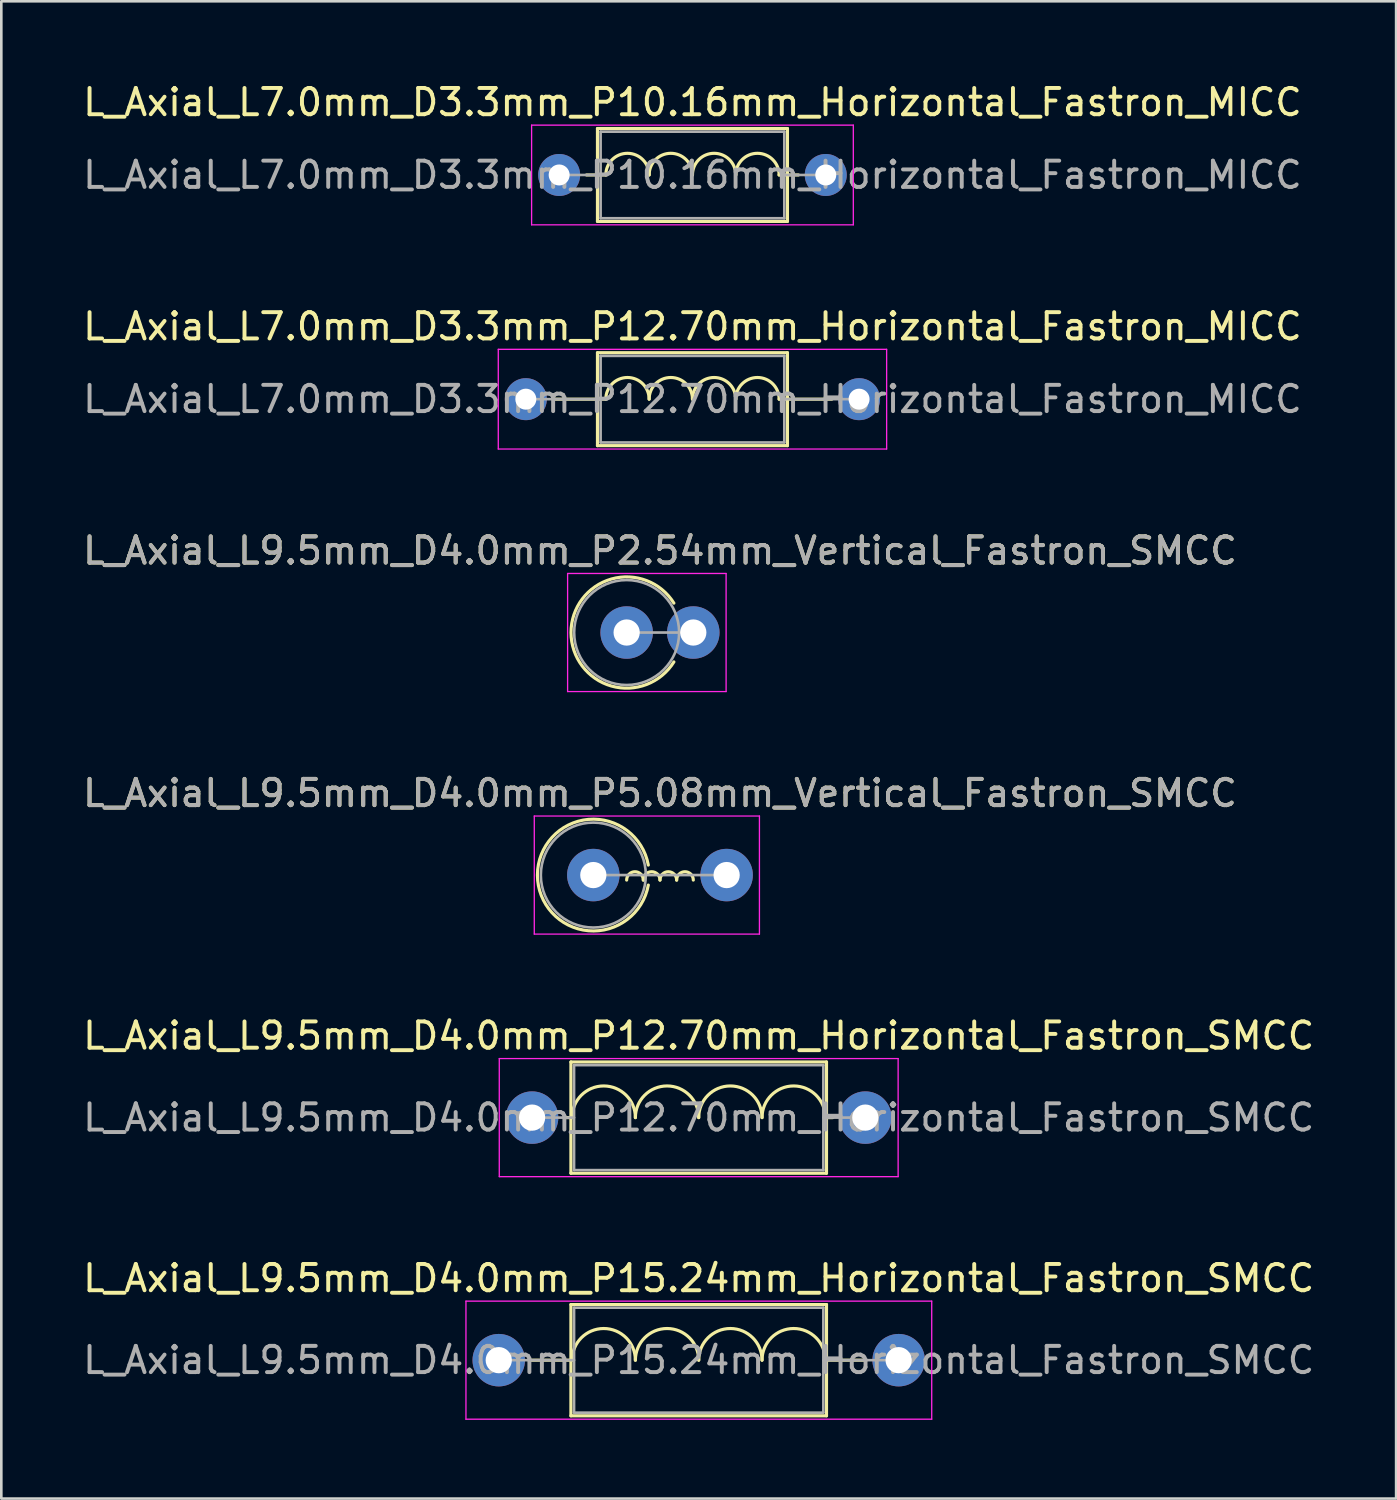
<source format=kicad_pcb>
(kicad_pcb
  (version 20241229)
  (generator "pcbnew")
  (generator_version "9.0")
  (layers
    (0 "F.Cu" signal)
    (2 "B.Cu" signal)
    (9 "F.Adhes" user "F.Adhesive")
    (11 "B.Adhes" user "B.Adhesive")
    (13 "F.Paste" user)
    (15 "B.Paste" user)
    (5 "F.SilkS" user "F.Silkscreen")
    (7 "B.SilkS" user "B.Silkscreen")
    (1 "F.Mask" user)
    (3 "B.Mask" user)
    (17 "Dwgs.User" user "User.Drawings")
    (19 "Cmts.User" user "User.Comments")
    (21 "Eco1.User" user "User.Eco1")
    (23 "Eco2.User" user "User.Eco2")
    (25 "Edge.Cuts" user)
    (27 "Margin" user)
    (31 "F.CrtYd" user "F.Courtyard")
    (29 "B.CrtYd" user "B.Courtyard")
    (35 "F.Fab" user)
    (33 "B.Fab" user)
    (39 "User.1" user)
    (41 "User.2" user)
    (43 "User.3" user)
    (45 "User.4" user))
  (footprint "L_Axial_L7.0mm_D3.3mm_P12.70mm_Horizontal_Fastron_MICC"
    (layer "F.Cu")
    (at 16.989 12.162)
    (property "Reference" "L_Axial_L7.0mm_D3.3mm_P12.70mm_Horizontal_Fastron_MICC" (at 6.35 -2.77 0) (layer "F.SilkS") (effects (font (size 1 1) (thickness 0.15))))
    (attr through_hole)
    (fp_line (start 1.04 0) (end 2.73 0) (stroke (width 0.12) (type solid)) (layer "F.SilkS"))
    (fp_line (start 2.73 -1.77) (end 2.73 1.77) (stroke (width 0.12) (type solid)) (layer "F.SilkS"))
    (fp_line (start 2.73 1.77) (end 9.97 1.77) (stroke (width 0.12) (type solid)) (layer "F.SilkS"))
    (fp_line (start 3.048 0) (end 2.73 0) (stroke (width 0.12) (type solid)) (layer "F.SilkS"))
    (fp_line (start 9.652 0) (end 9.97 0) (stroke (width 0.12) (type solid)) (layer "F.SilkS"))
    (fp_line (start 9.97 -1.77) (end 2.73 -1.77) (stroke (width 0.12) (type solid)) (layer "F.SilkS"))
    (fp_line (start 9.97 1.77) (end 9.97 -1.77) (stroke (width 0.12) (type solid)) (layer "F.SilkS"))
    (fp_line (start 11.66 0) (end 9.97 0) (stroke (width 0.12) (type solid)) (layer "F.SilkS"))
    (fp_arc (start 3.048 0) (mid 3.8735 -0.8255) (end 4.699 0) (stroke (width 0.12) (type solid)) (layer "F.SilkS"))
    (fp_arc (start 4.699 0) (mid 5.5245 -0.8255) (end 6.35 0) (stroke (width 0.12) (type solid)) (layer "F.SilkS"))
    (fp_arc (start 6.35 0) (mid 7.1755 -0.8255) (end 8.001 0) (stroke (width 0.12) (type solid)) (layer "F.SilkS"))
    (fp_arc (start 8.001 0) (mid 8.8265 -0.8255) (end 9.652 0) (stroke (width 0.12) (type solid)) (layer "F.SilkS"))
    (fp_line (start -1.05 -1.9) (end -1.05 1.9) (stroke (width 0.05) (type solid)) (layer "F.CrtYd"))
    (fp_line (start -1.05 1.9) (end 13.75 1.9) (stroke (width 0.05) (type solid)) (layer "F.CrtYd"))
    (fp_line (start 13.75 -1.9) (end -1.05 -1.9) (stroke (width 0.05) (type solid)) (layer "F.CrtYd"))
    (fp_line (start 13.75 1.9) (end 13.75 -1.9) (stroke (width 0.05) (type solid)) (layer "F.CrtYd"))
    (fp_line (start 0 0) (end 2.85 0) (stroke (width 0.1) (type solid)) (layer "F.Fab"))
    (fp_line (start 2.85 -1.65) (end 2.85 1.65) (stroke (width 0.1) (type solid)) (layer "F.Fab"))
    (fp_line (start 2.85 1.65) (end 9.85 1.65) (stroke (width 0.1) (type solid)) (layer "F.Fab"))
    (fp_line (start 9.85 -1.65) (end 2.85 -1.65) (stroke (width 0.1) (type solid)) (layer "F.Fab"))
    (fp_line (start 9.85 1.65) (end 9.85 -1.65) (stroke (width 0.1) (type solid)) (layer "F.Fab"))
    (fp_line (start 12.7 0) (end 9.85 0) (stroke (width 0.1) (type solid)) (layer "F.Fab"))
    (fp_text user "${REFERENCE}" (at 6.35 0 0) (layer "F.Fab") (effects (font (size 1 1) (thickness 0.15))))
    (pad "1" thru_hole circle (at 0 0) (size 1.6 1.6) (drill 0.8) (layers "*.Cu" "*.Mask"))
    (pad "2" thru_hole oval (at 12.7 0) (size 1.6 1.6) (drill 0.8) (layers "*.Cu" "*.Mask")))
  (footprint "L_Axial_L9.5mm_D4.0mm_P5.08mm_Vertical_Fastron_SMCC"
    (layer "F.Cu")
    (at 19.561 30.298)
    (property "Reference" "L_Axial_L9.5mm_D4.0mm_P5.08mm_Vertical_Fastron_SMCC" (at 2.54 -3.12 0) (layer "F.SilkS") (effects (font (size 1 1) (thickness 0.15))))
    (attr through_hole)
    (fp_arc (start 1.27 0.1905) (mid 1.5875 -0.127) (end 1.905 0.1905) (stroke (width 0.12) (type solid)) (layer "F.SilkS"))
    (fp_arc (start 1.905 0.1905) (mid 2.2225 -0.127) (end 2.54 0.1905) (stroke (width 0.12) (type solid)) (layer "F.SilkS"))
    (fp_arc (start 2.0955 0.381) (mid -2.129855 0) (end 2.0955 -0.381) (stroke (width 0.12) (type solid)) (layer "F.SilkS"))
    (fp_arc (start 2.54 0.1905) (mid 2.8575 -0.127) (end 3.175 0.1905) (stroke (width 0.12) (type solid)) (layer "F.SilkS"))
    (fp_arc (start 3.175 0.1905) (mid 3.4925 -0.127) (end 3.81 0.1905) (stroke (width 0.12) (type solid)) (layer "F.SilkS"))
    (fp_line (start -2.25 -2.25) (end -2.25 2.25) (stroke (width 0.05) (type solid)) (layer "F.CrtYd"))
    (fp_line (start -2.25 2.25) (end 6.33 2.25) (stroke (width 0.05) (type solid)) (layer "F.CrtYd"))
    (fp_line (start 6.33 -2.25) (end -2.25 -2.25) (stroke (width 0.05) (type solid)) (layer "F.CrtYd"))
    (fp_line (start 6.33 2.25) (end 6.33 -2.25) (stroke (width 0.05) (type solid)) (layer "F.CrtYd"))
    (fp_line (start 0 0) (end 5.08 0) (stroke (width 0.1) (type solid)) (layer "F.Fab"))
    (fp_circle (center 0 0) (end 2 0) (stroke (width 0.1) (type solid)) (fill no) (layer "F.Fab"))
    (fp_text user "${REFERENCE}" (at 2.54 -3.12 0) (layer "F.Fab") (effects (font (size 1 1) (thickness 0.15))))
    (pad "1" thru_hole circle (at 0 0) (size 2 2) (drill 1) (layers "*.Cu" "*.Mask"))
    (pad "2" thru_hole oval (at 5.08 0) (size 2 2) (drill 1) (layers "*.Cu" "*.Mask")))
  (footprint "L_Axial_L7.0mm_D3.3mm_P10.16mm_Horizontal_Fastron_MICC"
    (layer "F.Cu")
    (at 18.259 3.618)
    (property "Reference" "L_Axial_L7.0mm_D3.3mm_P10.16mm_Horizontal_Fastron_MICC" (at 5.08 -2.77 0) (layer "F.SilkS") (effects (font (size 1 1) (thickness 0.15))))
    (attr through_hole)
    (fp_line (start 1.04 0) (end 1.46 0) (stroke (width 0.12) (type solid)) (layer "F.SilkS"))
    (fp_line (start 1.46 -1.77) (end 1.46 1.77) (stroke (width 0.12) (type solid)) (layer "F.SilkS"))
    (fp_line (start 1.46 1.77) (end 8.7 1.77) (stroke (width 0.12) (type solid)) (layer "F.SilkS"))
    (fp_line (start 1.778 0) (end 1.46 0) (stroke (width 0.12) (type solid)) (layer "F.SilkS"))
    (fp_line (start 8.382 0) (end 8.7 0) (stroke (width 0.12) (type solid)) (layer "F.SilkS"))
    (fp_line (start 8.7 -1.77) (end 1.46 -1.77) (stroke (width 0.12) (type solid)) (layer "F.SilkS"))
    (fp_line (start 8.7 1.77) (end 8.7 -1.77) (stroke (width 0.12) (type solid)) (layer "F.SilkS"))
    (fp_line (start 9.12 0) (end 8.7 0) (stroke (width 0.12) (type solid)) (layer "F.SilkS"))
    (fp_arc (start 1.778 0) (mid 2.6035 -0.8255) (end 3.429 0) (stroke (width 0.12) (type solid)) (layer "F.SilkS"))
    (fp_arc (start 3.429 0) (mid 4.2545 -0.8255) (end 5.08 0) (stroke (width 0.12) (type solid)) (layer "F.SilkS"))
    (fp_arc (start 5.08 0) (mid 5.9055 -0.8255) (end 6.731 0) (stroke (width 0.12) (type solid)) (layer "F.SilkS"))
    (fp_arc (start 6.731 0) (mid 7.5565 -0.8255) (end 8.382 0) (stroke (width 0.12) (type solid)) (layer "F.SilkS"))
    (fp_line (start -1.05 -1.9) (end -1.05 1.9) (stroke (width 0.05) (type solid)) (layer "F.CrtYd"))
    (fp_line (start -1.05 1.9) (end 11.21 1.9) (stroke (width 0.05) (type solid)) (layer "F.CrtYd"))
    (fp_line (start 11.21 -1.9) (end -1.05 -1.9) (stroke (width 0.05) (type solid)) (layer "F.CrtYd"))
    (fp_line (start 11.21 1.9) (end 11.21 -1.9) (stroke (width 0.05) (type solid)) (layer "F.CrtYd"))
    (fp_line (start 0 0) (end 1.58 0) (stroke (width 0.1) (type solid)) (layer "F.Fab"))
    (fp_line (start 1.58 -1.65) (end 1.58 1.65) (stroke (width 0.1) (type solid)) (layer "F.Fab"))
    (fp_line (start 1.58 1.65) (end 8.58 1.65) (stroke (width 0.1) (type solid)) (layer "F.Fab"))
    (fp_line (start 8.58 -1.65) (end 1.58 -1.65) (stroke (width 0.1) (type solid)) (layer "F.Fab"))
    (fp_line (start 8.58 1.65) (end 8.58 -1.65) (stroke (width 0.1) (type solid)) (layer "F.Fab"))
    (fp_line (start 10.16 0) (end 8.58 0) (stroke (width 0.1) (type solid)) (layer "F.Fab"))
    (fp_text user "${REFERENCE}" (at 5.08 0 0) (layer "F.Fab") (effects (font (size 1 1) (thickness 0.15))))
    (pad "1" thru_hole circle (at 0 0) (size 1.6 1.6) (drill 0.8) (layers "*.Cu" "*.Mask"))
    (pad "2" thru_hole oval (at 10.16 0) (size 1.6 1.6) (drill 0.8) (layers "*.Cu" "*.Mask")))
  (footprint "L_Axial_L9.5mm_D4.0mm_P15.24mm_Horizontal_Fastron_SMCC"
    (layer "F.Cu")
    (at 15.957 48.785)
    (property "Reference" "L_Axial_L9.5mm_D4.0mm_P15.24mm_Horizontal_Fastron_SMCC" (at 7.62 -3.12 0) (layer "F.SilkS") (effects (font (size 1 1) (thickness 0.15))))
    (attr through_hole)
    (fp_line (start 1.24 0) (end 2.75 0) (stroke (width 0.12) (type solid)) (layer "F.SilkS"))
    (fp_line (start 2.75 -2.12) (end 2.75 2.12) (stroke (width 0.12) (type solid)) (layer "F.SilkS"))
    (fp_line (start 2.75 2.12) (end 12.49 2.12) (stroke (width 0.12) (type solid)) (layer "F.SilkS"))
    (fp_line (start 12.446 0) (end 12.49 0) (stroke (width 0.12) (type solid)) (layer "F.SilkS"))
    (fp_line (start 12.49 -2.12) (end 2.75 -2.12) (stroke (width 0.12) (type solid)) (layer "F.SilkS"))
    (fp_line (start 12.49 2.12) (end 12.49 -2.12) (stroke (width 0.12) (type solid)) (layer "F.SilkS"))
    (fp_line (start 14 0) (end 12.49 0) (stroke (width 0.12) (type solid)) (layer "F.SilkS"))
    (fp_arc (start 2.794 0) (mid 4.0005 -1.2065) (end 5.207 0) (stroke (width 0.12) (type solid)) (layer "F.SilkS"))
    (fp_arc (start 5.207 0) (mid 6.4135 -1.2065) (end 7.62 0) (stroke (width 0.12) (type solid)) (layer "F.SilkS"))
    (fp_arc (start 7.62 0) (mid 8.8265 -1.2065) (end 10.033 0) (stroke (width 0.12) (type solid)) (layer "F.SilkS"))
    (fp_arc (start 10.033 0) (mid 11.2395 -1.2065) (end 12.446 0) (stroke (width 0.12) (type solid)) (layer "F.SilkS"))
    (fp_line (start -1.25 -2.25) (end -1.25 2.25) (stroke (width 0.05) (type solid)) (layer "F.CrtYd"))
    (fp_line (start -1.25 2.25) (end 16.5 2.25) (stroke (width 0.05) (type solid)) (layer "F.CrtYd"))
    (fp_line (start 16.5 -2.25) (end -1.25 -2.25) (stroke (width 0.05) (type solid)) (layer "F.CrtYd"))
    (fp_line (start 16.5 2.25) (end 16.5 -2.25) (stroke (width 0.05) (type solid)) (layer "F.CrtYd"))
    (fp_line (start 0 0) (end 2.87 0) (stroke (width 0.1) (type solid)) (layer "F.Fab"))
    (fp_line (start 2.87 -2) (end 2.87 2) (stroke (width 0.1) (type solid)) (layer "F.Fab"))
    (fp_line (start 2.87 2) (end 12.37 2) (stroke (width 0.1) (type solid)) (layer "F.Fab"))
    (fp_line (start 12.37 -2) (end 2.87 -2) (stroke (width 0.1) (type solid)) (layer "F.Fab"))
    (fp_line (start 12.37 2) (end 12.37 -2) (stroke (width 0.1) (type solid)) (layer "F.Fab"))
    (fp_line (start 15.24 0) (end 12.37 0) (stroke (width 0.1) (type solid)) (layer "F.Fab"))
    (fp_text user "${REFERENCE}" (at 7.62 0 0) (layer "F.Fab") (effects (font (size 1 1) (thickness 0.15))))
    (pad "1" thru_hole circle (at 0 0) (size 2 2) (drill 1) (layers "*.Cu" "*.Mask"))
    (pad "2" thru_hole oval (at 15.24 0) (size 2 2) (drill 1) (layers "*.Cu" "*.Mask")))
  (footprint "L_Axial_L9.5mm_D4.0mm_P2.54mm_Vertical_Fastron_SMCC"
    (layer "F.Cu")
    (at 20.831 21.055)
    (property "Reference" "L_Axial_L9.5mm_D4.0mm_P2.54mm_Vertical_Fastron_SMCC" (at 1.27 -3.12 0) (layer "F.SilkS") (effects (font (size 1 1) (thickness 0.15))))
    (attr through_hole)
    (fp_arc (start 1.8 1.12) (mid -2.12 0) (end 1.8 -1.12) (stroke (width 0.12) (type solid)) (layer "F.SilkS"))
    (fp_line (start -2.25 -2.25) (end -2.25 2.25) (stroke (width 0.05) (type solid)) (layer "F.CrtYd"))
    (fp_line (start -2.25 2.25) (end 3.79 2.25) (stroke (width 0.05) (type solid)) (layer "F.CrtYd"))
    (fp_line (start 3.79 -2.25) (end -2.25 -2.25) (stroke (width 0.05) (type solid)) (layer "F.CrtYd"))
    (fp_line (start 3.79 2.25) (end 3.79 -2.25) (stroke (width 0.05) (type solid)) (layer "F.CrtYd"))
    (fp_line (start 0 0) (end 2.54 0) (stroke (width 0.1) (type solid)) (layer "F.Fab"))
    (fp_circle (center 0 0) (end 2 0) (stroke (width 0.1) (type solid)) (fill no) (layer "F.Fab"))
    (fp_text user "${REFERENCE}" (at 1.27 -3.12 0) (layer "F.Fab") (effects (font (size 1 1) (thickness 0.15))))
    (pad "1" thru_hole circle (at 0 0) (size 2 2) (drill 1) (layers "*.Cu" "*.Mask"))
    (pad "2" thru_hole oval (at 2.54 0) (size 2 2) (drill 1) (layers "*.Cu" "*.Mask")))
  (footprint "L_Axial_L9.5mm_D4.0mm_P12.70mm_Horizontal_Fastron_SMCC"
    (layer "F.Cu")
    (at 17.227 39.541)
    (property "Reference" "L_Axial_L9.5mm_D4.0mm_P12.70mm_Horizontal_Fastron_SMCC" (at 6.35 -3.12 0) (layer "F.SilkS") (effects (font (size 1 1) (thickness 0.15))))
    (attr through_hole)
    (fp_line (start 1.24 0) (end 1.48 0) (stroke (width 0.12) (type solid)) (layer "F.SilkS"))
    (fp_line (start 1.48 -2.12) (end 1.48 2.12) (stroke (width 0.12) (type solid)) (layer "F.SilkS"))
    (fp_line (start 1.48 2.12) (end 11.22 2.12) (stroke (width 0.12) (type solid)) (layer "F.SilkS"))
    (fp_line (start 1.524 0) (end 1.46 0) (stroke (width 0.12) (type solid)) (layer "F.SilkS"))
    (fp_line (start 11.176 0) (end 11.22 0) (stroke (width 0.12) (type solid)) (layer "F.SilkS"))
    (fp_line (start 11.22 -2.12) (end 1.48 -2.12) (stroke (width 0.12) (type solid)) (layer "F.SilkS"))
    (fp_line (start 11.22 2.12) (end 11.22 -2.12) (stroke (width 0.12) (type solid)) (layer "F.SilkS"))
    (fp_line (start 11.46 0) (end 11.22 0) (stroke (width 0.12) (type solid)) (layer "F.SilkS"))
    (fp_arc (start 1.524 0) (mid 2.7305 -1.2065) (end 3.937 0) (stroke (width 0.12) (type solid)) (layer "F.SilkS"))
    (fp_arc (start 3.937 0) (mid 5.1435 -1.2065) (end 6.35 0) (stroke (width 0.12) (type solid)) (layer "F.SilkS"))
    (fp_arc (start 6.35 0) (mid 7.5565 -1.2065) (end 8.763 0) (stroke (width 0.12) (type solid)) (layer "F.SilkS"))
    (fp_arc (start 8.763 0) (mid 9.9695 -1.2065) (end 11.176 0) (stroke (width 0.12) (type solid)) (layer "F.SilkS"))
    (fp_line (start -1.25 -2.25) (end -1.25 2.25) (stroke (width 0.05) (type solid)) (layer "F.CrtYd"))
    (fp_line (start -1.25 2.25) (end 13.95 2.25) (stroke (width 0.05) (type solid)) (layer "F.CrtYd"))
    (fp_line (start 13.95 -2.25) (end -1.25 -2.25) (stroke (width 0.05) (type solid)) (layer "F.CrtYd"))
    (fp_line (start 13.95 2.25) (end 13.95 -2.25) (stroke (width 0.05) (type solid)) (layer "F.CrtYd"))
    (fp_line (start 0 0) (end 1.6 0) (stroke (width 0.1) (type solid)) (layer "F.Fab"))
    (fp_line (start 1.6 -2) (end 1.6 2) (stroke (width 0.1) (type solid)) (layer "F.Fab"))
    (fp_line (start 1.6 2) (end 11.1 2) (stroke (width 0.1) (type solid)) (layer "F.Fab"))
    (fp_line (start 11.1 -2) (end 1.6 -2) (stroke (width 0.1) (type solid)) (layer "F.Fab"))
    (fp_line (start 11.1 2) (end 11.1 -2) (stroke (width 0.1) (type solid)) (layer "F.Fab"))
    (fp_line (start 12.7 0) (end 11.1 0) (stroke (width 0.1) (type solid)) (layer "F.Fab"))
    (fp_text user "${REFERENCE}" (at 6.35 0 0) (layer "F.Fab") (effects (font (size 1 1) (thickness 0.15))))
    (pad "1" thru_hole circle (at 0 0) (size 2 2) (drill 1) (layers "*.Cu" "*.Mask"))
    (pad "2" thru_hole oval (at 12.7 0) (size 2 2) (drill 1) (layers "*.Cu" "*.Mask")))
  (gr_rect
    (start -3 -3)
    (end 50.155 54.059)
    (stroke (width 0.1) (type default))
    (fill no)
    (layer "Edge.Cuts")))
</source>
